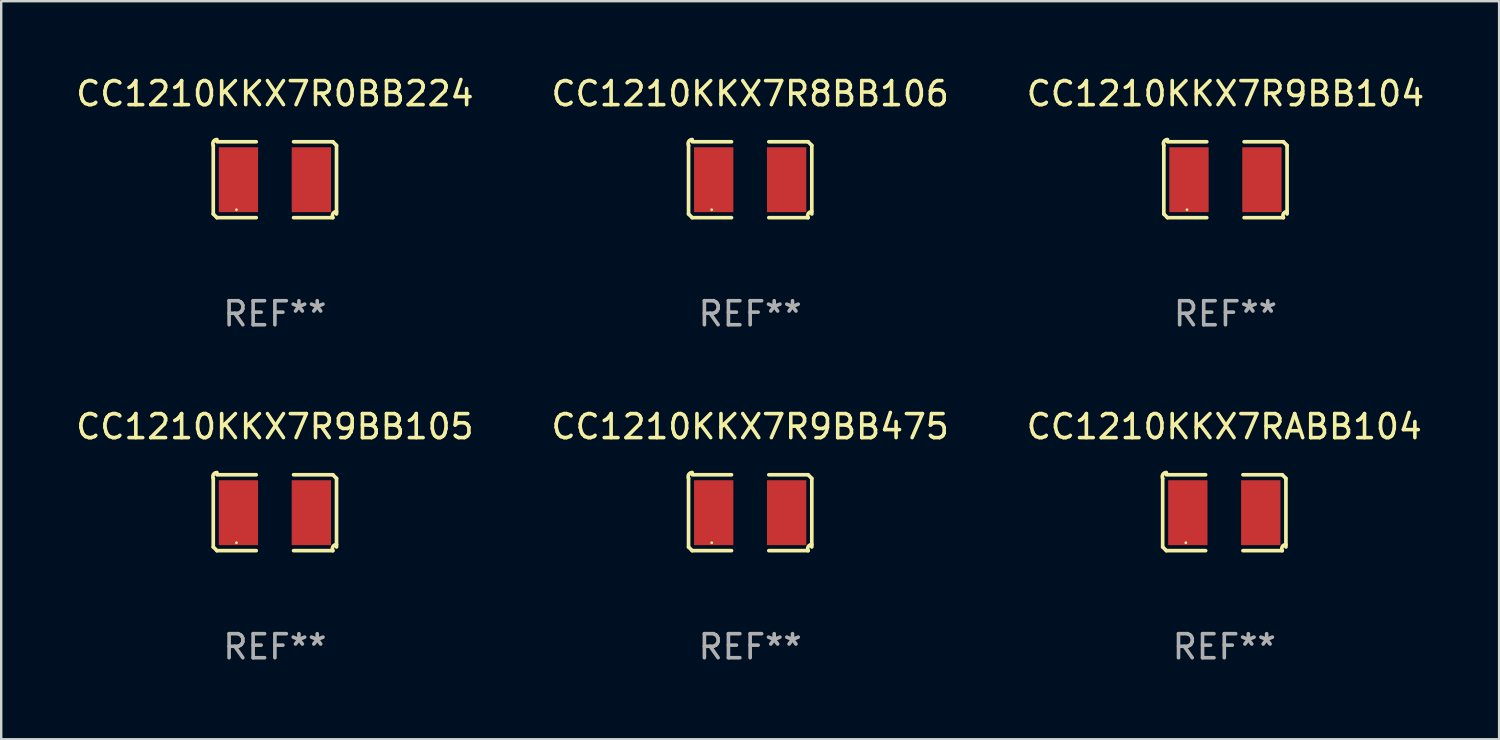
<source format=kicad_pcb>
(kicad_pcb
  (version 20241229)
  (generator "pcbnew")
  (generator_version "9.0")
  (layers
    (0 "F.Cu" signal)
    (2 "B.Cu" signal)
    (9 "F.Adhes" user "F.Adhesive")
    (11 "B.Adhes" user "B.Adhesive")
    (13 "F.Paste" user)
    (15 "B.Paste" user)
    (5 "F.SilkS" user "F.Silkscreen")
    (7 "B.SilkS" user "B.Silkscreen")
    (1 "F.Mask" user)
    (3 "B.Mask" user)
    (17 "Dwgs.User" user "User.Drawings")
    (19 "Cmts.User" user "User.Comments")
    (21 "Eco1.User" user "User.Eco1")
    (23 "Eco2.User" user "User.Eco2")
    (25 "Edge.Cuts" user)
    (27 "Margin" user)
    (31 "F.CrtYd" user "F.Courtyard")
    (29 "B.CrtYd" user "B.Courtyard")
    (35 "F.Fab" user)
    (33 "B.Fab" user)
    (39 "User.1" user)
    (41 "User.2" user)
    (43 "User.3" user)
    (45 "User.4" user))
  (footprint "CC1210KKX7R8BB106"
    (layer "F.Cu")
    (at 28.161 4.427)
    (property "Reference" "CC1210KKX7R8BB106" (at 0 -3.579 0) (layer "F.SilkS") (effects (font (size 1 1) (thickness 0.15))))
    (attr through_hole)
    (fp_line (start -2.564 1.426) (end -2.564 -1.426) (stroke (width 0.152) (type solid)) (layer "F.SilkS"))
    (fp_line (start -2.411 -1.579) (end -0.776 -1.579) (stroke (width 0.152) (type solid)) (layer "F.SilkS"))
    (fp_line (start -0.776 1.579) (end -2.411 1.579) (stroke (width 0.152) (type solid)) (layer "F.SilkS"))
    (fp_line (start 0.776 1.579) (end 2.411 1.579) (stroke (width 0.152) (type solid)) (layer "F.SilkS"))
    (fp_line (start 2.411 -1.579) (end 0.776 -1.579) (stroke (width 0.152) (type solid)) (layer "F.SilkS"))
    (fp_line (start 2.564 1.426) (end 2.564 -1.426) (stroke (width 0.152) (type solid)) (layer "F.SilkS"))
    (fp_arc (start -2.563602 -1.426213) (mid -2.555597 -1.591233) (end -2.411201 -1.671518) (stroke (width 0.1524) (type solid)) (layer "F.SilkS"))
    (fp_arc (start -2.5636 1.426214) (mid -2.487389 1.502402) (end -2.411201 1.578613) (stroke (width 0.1524) (type solid)) (layer "F.SilkS"))
    (fp_arc (start 2.411197 -1.578618) (mid 2.487403 -1.502419) (end 2.563602 -1.426213) (stroke (width 0.1524) (type solid)) (layer "F.SilkS"))
    (fp_arc (start 2.411201 1.578613) (mid 2.416214 1.409455) (end 2.563602 1.32629) (stroke (width 0.1524) (type solid)) (layer "F.SilkS"))
    (fp_circle (center -1.6 1.25) (end -1.57 1.25) (stroke (width 0.06) (type solid)) (fill no) (layer "F.SilkS"))
    (fp_text user "REF**" (at 0 5.579 0) (layer "F.Fab") (effects (font (size 1 1) (thickness 0.15))))
    (pad "1" smd rect (at -1.517 0) (size 1.635 2.7) (layers "F.Cu" "F.Mask" "F.Paste"))
    (pad "2" smd rect (at 1.517 0) (size 1.635 2.7) (layers "F.Cu" "F.Mask" "F.Paste")))
  (footprint "CC1210KKX7R9BB104"
    (layer "F.Cu")
    (at 47.935 4.427)
    (property "Reference" "CC1210KKX7R9BB104" (at 0 -3.579 0) (layer "F.SilkS") (effects (font (size 1 1) (thickness 0.15))))
    (attr through_hole)
    (fp_line (start -2.564 1.426) (end -2.564 -1.426) (stroke (width 0.152) (type solid)) (layer "F.SilkS"))
    (fp_line (start -2.411 -1.579) (end -0.776 -1.579) (stroke (width 0.152) (type solid)) (layer "F.SilkS"))
    (fp_line (start -0.776 1.579) (end -2.411 1.579) (stroke (width 0.152) (type solid)) (layer "F.SilkS"))
    (fp_line (start 0.776 1.579) (end 2.411 1.579) (stroke (width 0.152) (type solid)) (layer "F.SilkS"))
    (fp_line (start 2.411 -1.579) (end 0.776 -1.579) (stroke (width 0.152) (type solid)) (layer "F.SilkS"))
    (fp_line (start 2.564 1.426) (end 2.564 -1.426) (stroke (width 0.152) (type solid)) (layer "F.SilkS"))
    (fp_arc (start -2.563602 -1.426213) (mid -2.555597 -1.591233) (end -2.411201 -1.671518) (stroke (width 0.1524) (type solid)) (layer "F.SilkS"))
    (fp_arc (start -2.5636 1.426214) (mid -2.487389 1.502402) (end -2.411201 1.578613) (stroke (width 0.1524) (type solid)) (layer "F.SilkS"))
    (fp_arc (start 2.411197 -1.578618) (mid 2.487403 -1.502419) (end 2.563602 -1.426213) (stroke (width 0.1524) (type solid)) (layer "F.SilkS"))
    (fp_arc (start 2.411201 1.578613) (mid 2.416214 1.409455) (end 2.563602 1.32629) (stroke (width 0.1524) (type solid)) (layer "F.SilkS"))
    (fp_circle (center -1.6 1.25) (end -1.57 1.25) (stroke (width 0.06) (type solid)) (fill no) (layer "F.SilkS"))
    (fp_text user "REF**" (at 0 5.579 0) (layer "F.Fab") (effects (font (size 1 1) (thickness 0.15))))
    (pad "1" smd rect (at -1.517 0) (size 1.635 2.7) (layers "F.Cu" "F.Mask" "F.Paste"))
    (pad "2" smd rect (at 1.517 0) (size 1.635 2.7) (layers "F.Cu" "F.Mask" "F.Paste")))
  (footprint "CC1210KKX7R9BB475"
    (layer "F.Cu")
    (at 28.161 18.281)
    (property "Reference" "CC1210KKX7R9BB475" (at 0 -3.579 0) (layer "F.SilkS") (effects (font (size 1 1) (thickness 0.15))))
    (attr through_hole)
    (fp_line (start -2.564 1.426) (end -2.564 -1.426) (stroke (width 0.152) (type solid)) (layer "F.SilkS"))
    (fp_line (start -2.411 -1.579) (end -0.776 -1.579) (stroke (width 0.152) (type solid)) (layer "F.SilkS"))
    (fp_line (start -0.776 1.579) (end -2.411 1.579) (stroke (width 0.152) (type solid)) (layer "F.SilkS"))
    (fp_line (start 0.776 1.579) (end 2.411 1.579) (stroke (width 0.152) (type solid)) (layer "F.SilkS"))
    (fp_line (start 2.411 -1.579) (end 0.776 -1.579) (stroke (width 0.152) (type solid)) (layer "F.SilkS"))
    (fp_line (start 2.564 1.426) (end 2.564 -1.426) (stroke (width 0.152) (type solid)) (layer "F.SilkS"))
    (fp_arc (start -2.563602 -1.426213) (mid -2.555597 -1.591233) (end -2.411201 -1.671518) (stroke (width 0.1524) (type solid)) (layer "F.SilkS"))
    (fp_arc (start -2.5636 1.426214) (mid -2.487389 1.502402) (end -2.411201 1.578613) (stroke (width 0.1524) (type solid)) (layer "F.SilkS"))
    (fp_arc (start 2.411197 -1.578618) (mid 2.487403 -1.502419) (end 2.563602 -1.426213) (stroke (width 0.1524) (type solid)) (layer "F.SilkS"))
    (fp_arc (start 2.411201 1.578613) (mid 2.416214 1.409455) (end 2.563602 1.32629) (stroke (width 0.1524) (type solid)) (layer "F.SilkS"))
    (fp_circle (center -1.6 1.25) (end -1.57 1.25) (stroke (width 0.06) (type solid)) (fill no) (layer "F.SilkS"))
    (fp_text user "REF**" (at 0 5.579 0) (layer "F.Fab") (effects (font (size 1 1) (thickness 0.15))))
    (pad "1" smd rect (at -1.517 0) (size 1.635 2.7) (layers "F.Cu" "F.Mask" "F.Paste"))
    (pad "2" smd rect (at 1.517 0) (size 1.635 2.7) (layers "F.Cu" "F.Mask" "F.Paste")))
  (footprint "CC1210KKX7RABB104"
    (layer "F.Cu")
    (at 47.887 18.281)
    (property "Reference" "CC1210KKX7RABB104" (at 0 -3.579 0) (layer "F.SilkS") (effects (font (size 1 1) (thickness 0.15))))
    (attr through_hole)
    (fp_line (start -2.564 1.426) (end -2.564 -1.426) (stroke (width 0.152) (type solid)) (layer "F.SilkS"))
    (fp_line (start -2.411 -1.579) (end -0.776 -1.579) (stroke (width 0.152) (type solid)) (layer "F.SilkS"))
    (fp_line (start -0.776 1.579) (end -2.411 1.579) (stroke (width 0.152) (type solid)) (layer "F.SilkS"))
    (fp_line (start 0.776 1.579) (end 2.411 1.579) (stroke (width 0.152) (type solid)) (layer "F.SilkS"))
    (fp_line (start 2.411 -1.579) (end 0.776 -1.579) (stroke (width 0.152) (type solid)) (layer "F.SilkS"))
    (fp_line (start 2.564 1.426) (end 2.564 -1.426) (stroke (width 0.152) (type solid)) (layer "F.SilkS"))
    (fp_arc (start -2.563602 -1.426213) (mid -2.555597 -1.591233) (end -2.411201 -1.671518) (stroke (width 0.1524) (type solid)) (layer "F.SilkS"))
    (fp_arc (start -2.5636 1.426214) (mid -2.487389 1.502402) (end -2.411201 1.578613) (stroke (width 0.1524) (type solid)) (layer "F.SilkS"))
    (fp_arc (start 2.411197 -1.578618) (mid 2.487403 -1.502419) (end 2.563602 -1.426213) (stroke (width 0.1524) (type solid)) (layer "F.SilkS"))
    (fp_arc (start 2.411201 1.578613) (mid 2.416214 1.409455) (end 2.563602 1.32629) (stroke (width 0.1524) (type solid)) (layer "F.SilkS"))
    (fp_circle (center -1.6 1.25) (end -1.57 1.25) (stroke (width 0.06) (type solid)) (fill no) (layer "F.SilkS"))
    (fp_text user "REF**" (at 0 5.579 0) (layer "F.Fab") (effects (font (size 1 1) (thickness 0.15))))
    (pad "1" smd rect (at -1.517 0) (size 1.635 2.7) (layers "F.Cu" "F.Mask" "F.Paste"))
    (pad "2" smd rect (at 1.517 0) (size 1.635 2.7) (layers "F.Cu" "F.Mask" "F.Paste")))
  (footprint "CC1210KKX7R9BB105"
    (layer "F.Cu")
    (at 8.387 18.281)
    (property "Reference" "CC1210KKX7R9BB105" (at 0 -3.579 0) (layer "F.SilkS") (effects (font (size 1 1) (thickness 0.15))))
    (attr through_hole)
    (fp_line (start -2.564 1.426) (end -2.564 -1.426) (stroke (width 0.152) (type solid)) (layer "F.SilkS"))
    (fp_line (start -2.411 -1.579) (end -0.776 -1.579) (stroke (width 0.152) (type solid)) (layer "F.SilkS"))
    (fp_line (start -0.776 1.579) (end -2.411 1.579) (stroke (width 0.152) (type solid)) (layer "F.SilkS"))
    (fp_line (start 0.776 1.579) (end 2.411 1.579) (stroke (width 0.152) (type solid)) (layer "F.SilkS"))
    (fp_line (start 2.411 -1.579) (end 0.776 -1.579) (stroke (width 0.152) (type solid)) (layer "F.SilkS"))
    (fp_line (start 2.564 1.426) (end 2.564 -1.426) (stroke (width 0.152) (type solid)) (layer "F.SilkS"))
    (fp_arc (start -2.563602 -1.426213) (mid -2.555597 -1.591233) (end -2.411201 -1.671518) (stroke (width 0.1524) (type solid)) (layer "F.SilkS"))
    (fp_arc (start -2.5636 1.426214) (mid -2.487389 1.502402) (end -2.411201 1.578613) (stroke (width 0.1524) (type solid)) (layer "F.SilkS"))
    (fp_arc (start 2.411197 -1.578618) (mid 2.487403 -1.502419) (end 2.563602 -1.426213) (stroke (width 0.1524) (type solid)) (layer "F.SilkS"))
    (fp_arc (start 2.411201 1.578613) (mid 2.416214 1.409455) (end 2.563602 1.32629) (stroke (width 0.1524) (type solid)) (layer "F.SilkS"))
    (fp_circle (center -1.6 1.25) (end -1.57 1.25) (stroke (width 0.06) (type solid)) (fill no) (layer "F.SilkS"))
    (fp_text user "REF**" (at 0 5.579 0) (layer "F.Fab") (effects (font (size 1 1) (thickness 0.15))))
    (pad "1" smd rect (at -1.517 0) (size 1.635 2.7) (layers "F.Cu" "F.Mask" "F.Paste"))
    (pad "2" smd rect (at 1.517 0) (size 1.635 2.7) (layers "F.Cu" "F.Mask" "F.Paste")))
  (footprint "CC1210KKX7R0BB224"
    (layer "F.Cu")
    (at 8.387 4.427)
    (property "Reference" "CC1210KKX7R0BB224" (at 0 -3.579 0) (layer "F.SilkS") (effects (font (size 1 1) (thickness 0.15))))
    (attr through_hole)
    (fp_line (start -2.564 1.426) (end -2.564 -1.426) (stroke (width 0.152) (type solid)) (layer "F.SilkS"))
    (fp_line (start -2.411 -1.579) (end -0.776 -1.579) (stroke (width 0.152) (type solid)) (layer "F.SilkS"))
    (fp_line (start -0.776 1.579) (end -2.411 1.579) (stroke (width 0.152) (type solid)) (layer "F.SilkS"))
    (fp_line (start 0.776 1.579) (end 2.411 1.579) (stroke (width 0.152) (type solid)) (layer "F.SilkS"))
    (fp_line (start 2.411 -1.579) (end 0.776 -1.579) (stroke (width 0.152) (type solid)) (layer "F.SilkS"))
    (fp_line (start 2.564 1.426) (end 2.564 -1.426) (stroke (width 0.152) (type solid)) (layer "F.SilkS"))
    (fp_arc (start -2.563602 -1.426213) (mid -2.555597 -1.591233) (end -2.411201 -1.671518) (stroke (width 0.1524) (type solid)) (layer "F.SilkS"))
    (fp_arc (start -2.5636 1.426214) (mid -2.487389 1.502402) (end -2.411201 1.578613) (stroke (width 0.1524) (type solid)) (layer "F.SilkS"))
    (fp_arc (start 2.411197 -1.578618) (mid 2.487403 -1.502419) (end 2.563602 -1.426213) (stroke (width 0.1524) (type solid)) (layer "F.SilkS"))
    (fp_arc (start 2.411201 1.578613) (mid 2.416214 1.409455) (end 2.563602 1.32629) (stroke (width 0.1524) (type solid)) (layer "F.SilkS"))
    (fp_circle (center -1.6 1.25) (end -1.57 1.25) (stroke (width 0.06) (type solid)) (fill no) (layer "F.SilkS"))
    (fp_text user "REF**" (at 0 5.579 0) (layer "F.Fab") (effects (font (size 1 1) (thickness 0.15))))
    (pad "1" smd rect (at -1.517 0) (size 1.635 2.7) (layers "F.Cu" "F.Mask" "F.Paste"))
    (pad "2" smd rect (at 1.517 0) (size 1.635 2.7) (layers "F.Cu" "F.Mask" "F.Paste")))
  (gr_rect
    (start -3 -3)
    (end 59.321 27.707)
    (stroke (width 0.1) (type default))
    (fill no)
    (layer "Edge.Cuts")))
</source>
